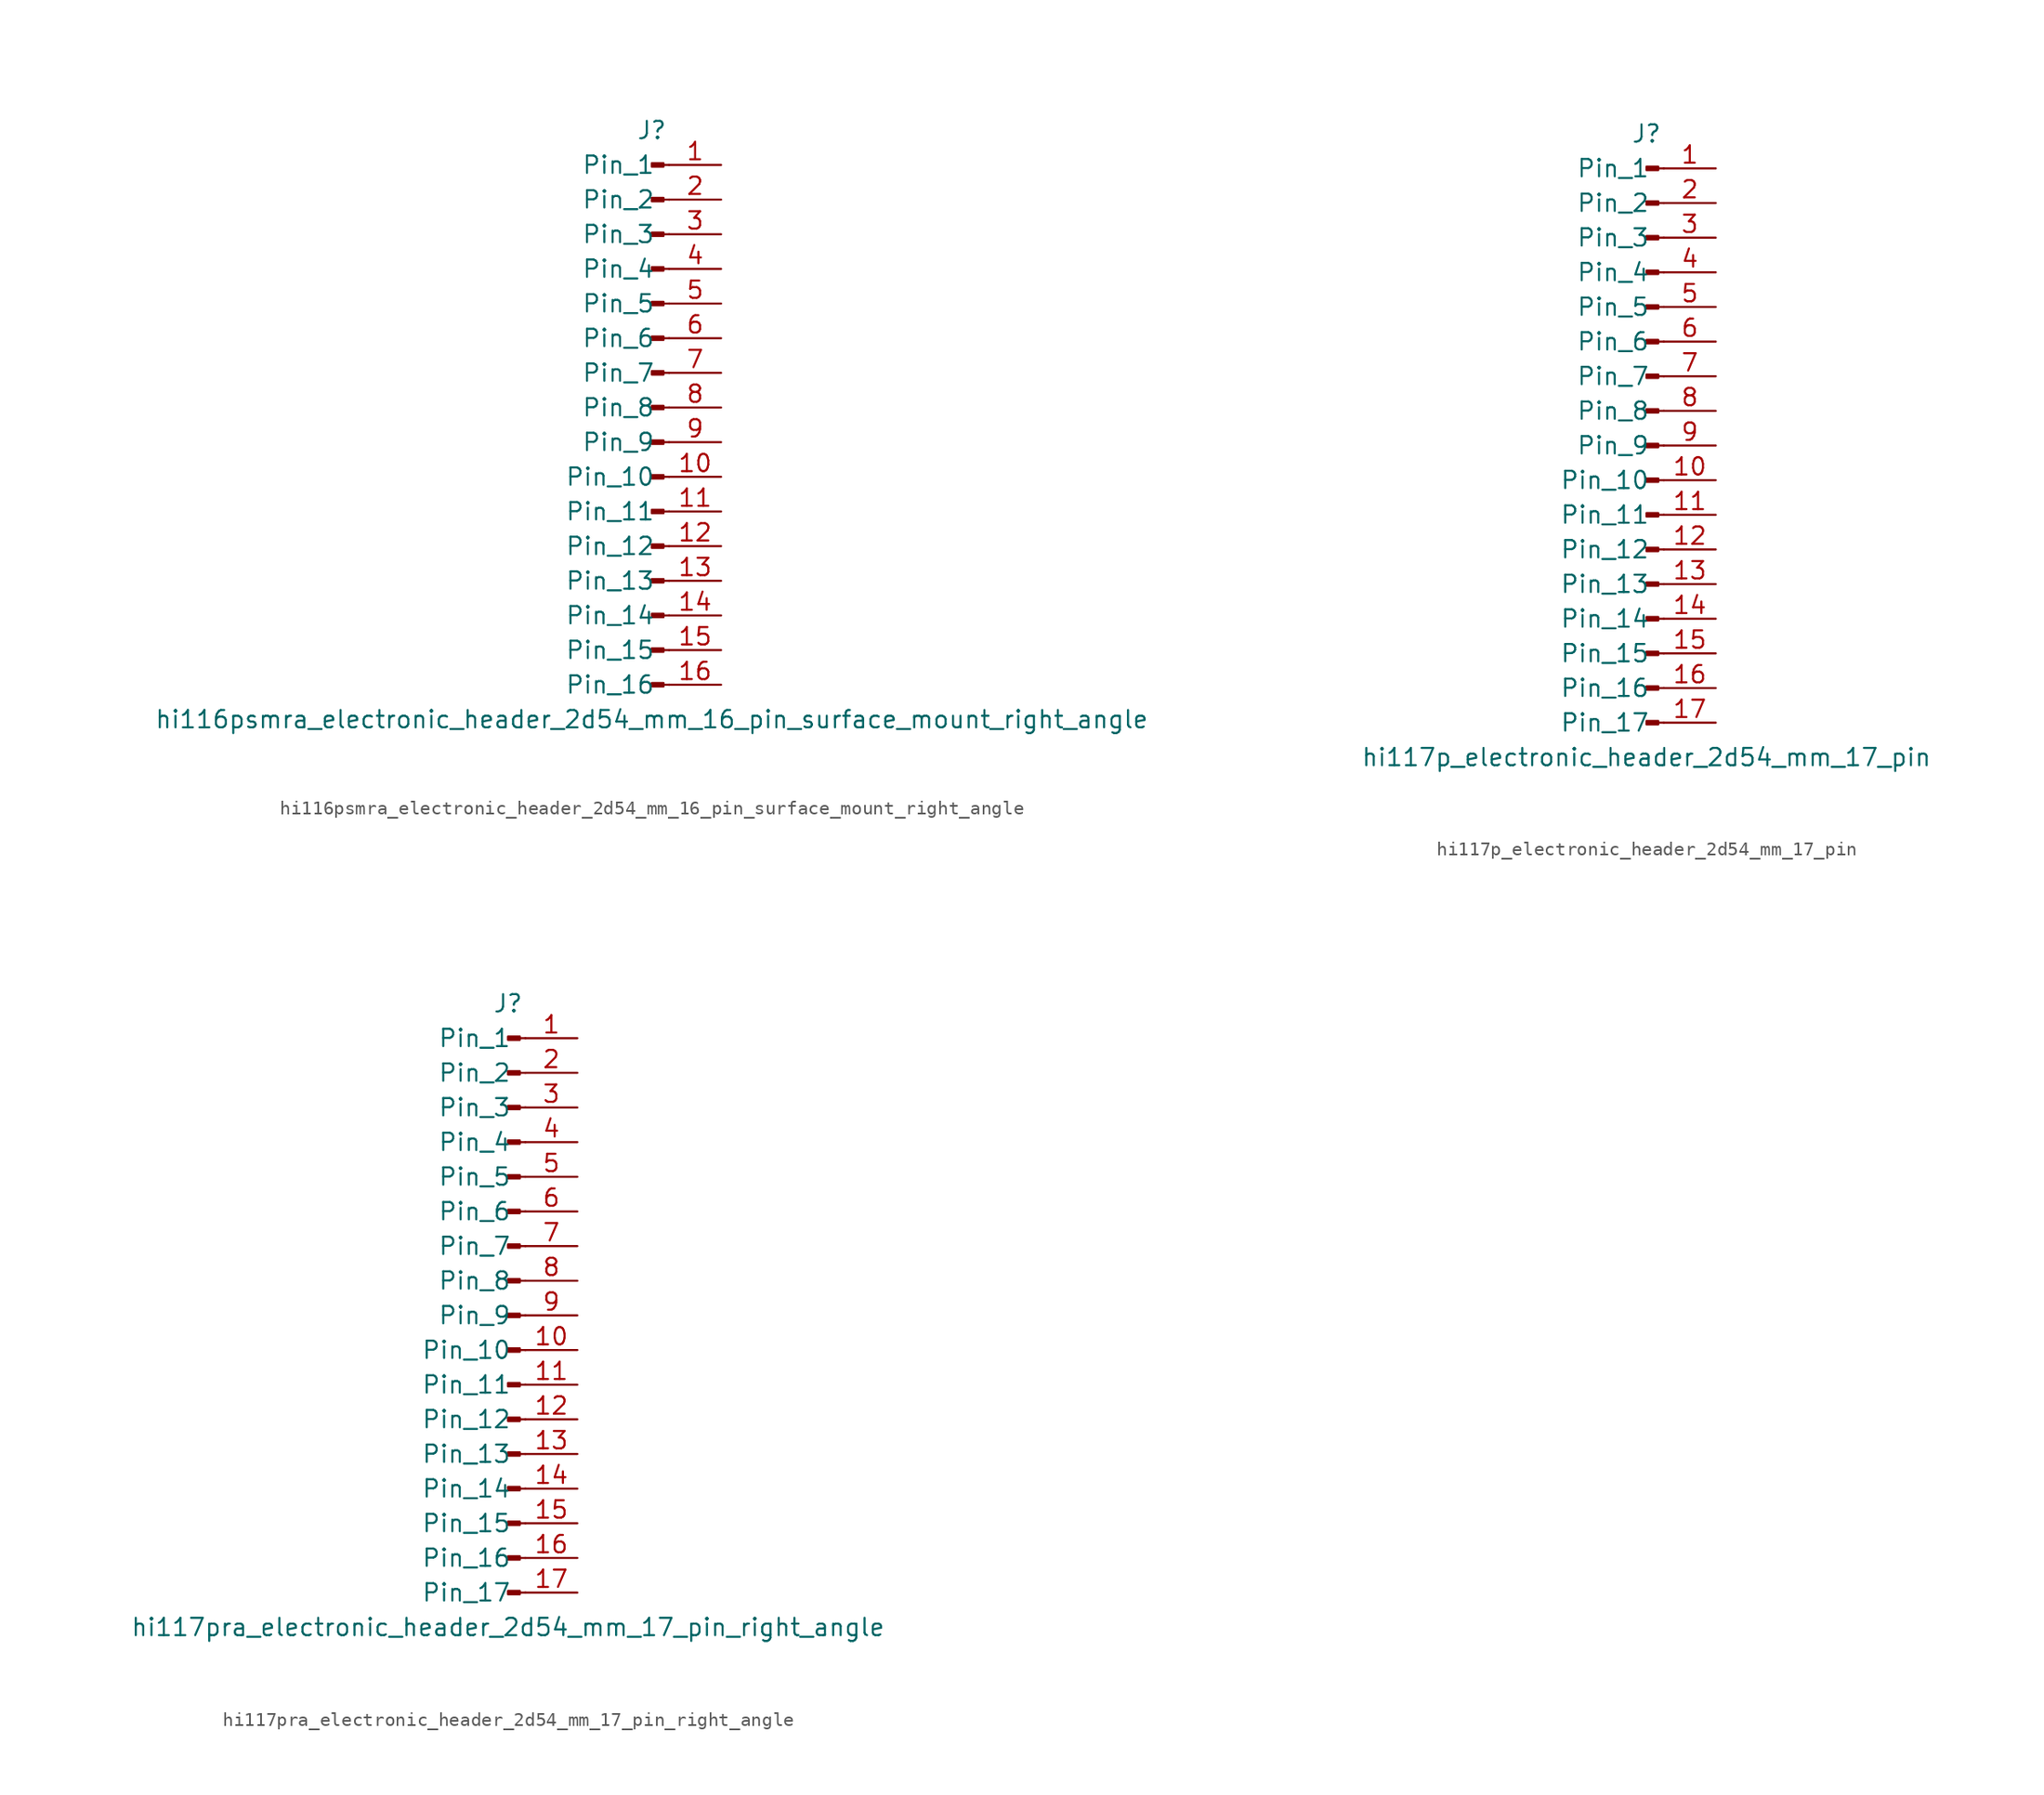
<source format=kicad_sym>
(kicad_symbol_lib
  (version 20220914)
  (generator kicad_symbol_editor)
  (symbol "hi116psmra_electronic_header_2d54_mm_16_pin_surface_mount_right_angle"
    (pin_names
      (offset 1.016))
    (property "Reference" "J"
      (at 0 20.32 0)
      (effects (font (size 1.27 1.27))))
    (property "Value" "hi116psmra_electronic_header_2d54_mm_16_pin_surface_mount_right_angle"
      (at 0 -22.86 0)
      (effects (font (size 1.27 1.27))))
    (property "ki_locked" ""
      (at 0 0 0)
      (effects (font (size 1.27 1.27))))
    (symbol "hi116psmra_electronic_header_2d54_mm_16_pin_surface_mount_right_angle_1_1"
      (polyline (pts (xy 1.27 -20.32) (xy 0.864 -20.32)) (stroke (width 0.152) (type default)) (fill (type none)))
      (polyline (pts (xy 1.27 -17.78) (xy 0.864 -17.78)) (stroke (width 0.152) (type default)) (fill (type none)))
      (polyline (pts (xy 1.27 -15.24) (xy 0.864 -15.24)) (stroke (width 0.152) (type default)) (fill (type none)))
      (polyline (pts (xy 1.27 -12.7) (xy 0.864 -12.7)) (stroke (width 0.152) (type default)) (fill (type none)))
      (polyline (pts (xy 1.27 -10.16) (xy 0.864 -10.16)) (stroke (width 0.152) (type default)) (fill (type none)))
      (polyline (pts (xy 1.27 -7.62) (xy 0.864 -7.62)) (stroke (width 0.152) (type default)) (fill (type none)))
      (polyline (pts (xy 1.27 -5.08) (xy 0.864 -5.08)) (stroke (width 0.152) (type default)) (fill (type none)))
      (polyline (pts (xy 1.27 -2.54) (xy 0.864 -2.54)) (stroke (width 0.152) (type default)) (fill (type none)))
      (polyline (pts (xy 1.27 0) (xy 0.864 0)) (stroke (width 0.152) (type default)) (fill (type none)))
      (polyline (pts (xy 1.27 2.54) (xy 0.864 2.54)) (stroke (width 0.152) (type default)) (fill (type none)))
      (polyline (pts (xy 1.27 5.08) (xy 0.864 5.08)) (stroke (width 0.152) (type default)) (fill (type none)))
      (polyline (pts (xy 1.27 7.62) (xy 0.864 7.62)) (stroke (width 0.152) (type default)) (fill (type none)))
      (polyline (pts (xy 1.27 10.16) (xy 0.864 10.16)) (stroke (width 0.152) (type default)) (fill (type none)))
      (polyline (pts (xy 1.27 12.7) (xy 0.864 12.7)) (stroke (width 0.152) (type default)) (fill (type none)))
      (polyline (pts (xy 1.27 15.24) (xy 0.864 15.24)) (stroke (width 0.152) (type default)) (fill (type none)))
      (polyline (pts (xy 1.27 17.78) (xy 0.864 17.78)) (stroke (width 0.152) (type default)) (fill (type none)))
      (rectangle (start 0.864 -20.193) (end 0 -20.447) (stroke (width 0.152) (type default)) (fill (type outline)))
      (rectangle (start 0.864 -17.653) (end 0 -17.907) (stroke (width 0.152) (type default)) (fill (type outline)))
      (rectangle (start 0.864 -15.113) (end 0 -15.367) (stroke (width 0.152) (type default)) (fill (type outline)))
      (rectangle (start 0.864 -12.573) (end 0 -12.827) (stroke (width 0.152) (type default)) (fill (type outline)))
      (rectangle (start 0.864 -10.033) (end 0 -10.287) (stroke (width 0.152) (type default)) (fill (type outline)))
      (rectangle (start 0.864 -7.493) (end 0 -7.747) (stroke (width 0.152) (type default)) (fill (type outline)))
      (rectangle (start 0.864 -4.953) (end 0 -5.207) (stroke (width 0.152) (type default)) (fill (type outline)))
      (rectangle (start 0.864 -2.413) (end 0 -2.667) (stroke (width 0.152) (type default)) (fill (type outline)))
      (rectangle (start 0.864 0.127) (end 0 -0.127) (stroke (width 0.152) (type default)) (fill (type outline)))
      (rectangle (start 0.864 2.667) (end 0 2.413) (stroke (width 0.152) (type default)) (fill (type outline)))
      (rectangle (start 0.864 5.207) (end 0 4.953) (stroke (width 0.152) (type default)) (fill (type outline)))
      (rectangle (start 0.864 7.747) (end 0 7.493) (stroke (width 0.152) (type default)) (fill (type outline)))
      (rectangle (start 0.864 10.287) (end 0 10.033) (stroke (width 0.152) (type default)) (fill (type outline)))
      (rectangle (start 0.864 12.827) (end 0 12.573) (stroke (width 0.152) (type default)) (fill (type outline)))
      (rectangle (start 0.864 15.367) (end 0 15.113) (stroke (width 0.152) (type default)) (fill (type outline)))
      (rectangle (start 0.864 17.907) (end 0 17.653) (stroke (width 0.152) (type default)) (fill (type outline)))
      (pin passive line (at 5.08 17.78 180) (length 3.81) (name "Pin_1" (effects (font (size 1.27 1.27)))) (number "1" (effects (font (size 1.27 1.27)))))
      (pin passive line (at 5.08 -5.08 180) (length 3.81) (name "Pin_10" (effects (font (size 1.27 1.27)))) (number "10" (effects (font (size 1.27 1.27)))))
      (pin passive line (at 5.08 -7.62 180) (length 3.81) (name "Pin_11" (effects (font (size 1.27 1.27)))) (number "11" (effects (font (size 1.27 1.27)))))
      (pin passive line (at 5.08 -10.16 180) (length 3.81) (name "Pin_12" (effects (font (size 1.27 1.27)))) (number "12" (effects (font (size 1.27 1.27)))))
      (pin passive line (at 5.08 -12.7 180) (length 3.81) (name "Pin_13" (effects (font (size 1.27 1.27)))) (number "13" (effects (font (size 1.27 1.27)))))
      (pin passive line (at 5.08 -15.24 180) (length 3.81) (name "Pin_14" (effects (font (size 1.27 1.27)))) (number "14" (effects (font (size 1.27 1.27)))))
      (pin passive line (at 5.08 -17.78 180) (length 3.81) (name "Pin_15" (effects (font (size 1.27 1.27)))) (number "15" (effects (font (size 1.27 1.27)))))
      (pin passive line (at 5.08 -20.32 180) (length 3.81) (name "Pin_16" (effects (font (size 1.27 1.27)))) (number "16" (effects (font (size 1.27 1.27)))))
      (pin passive line (at 5.08 15.24 180) (length 3.81) (name "Pin_2" (effects (font (size 1.27 1.27)))) (number "2" (effects (font (size 1.27 1.27)))))
      (pin passive line (at 5.08 12.7 180) (length 3.81) (name "Pin_3" (effects (font (size 1.27 1.27)))) (number "3" (effects (font (size 1.27 1.27)))))
      (pin passive line (at 5.08 10.16 180) (length 3.81) (name "Pin_4" (effects (font (size 1.27 1.27)))) (number "4" (effects (font (size 1.27 1.27)))))
      (pin passive line (at 5.08 7.62 180) (length 3.81) (name "Pin_5" (effects (font (size 1.27 1.27)))) (number "5" (effects (font (size 1.27 1.27)))))
      (pin passive line (at 5.08 5.08 180) (length 3.81) (name "Pin_6" (effects (font (size 1.27 1.27)))) (number "6" (effects (font (size 1.27 1.27)))))
      (pin passive line (at 5.08 2.54 180) (length 3.81) (name "Pin_7" (effects (font (size 1.27 1.27)))) (number "7" (effects (font (size 1.27 1.27)))))
      (pin passive line (at 5.08 0 180) (length 3.81) (name "Pin_8" (effects (font (size 1.27 1.27)))) (number "8" (effects (font (size 1.27 1.27)))))
      (pin passive line (at 5.08 -2.54 180) (length 3.81) (name "Pin_9" (effects (font (size 1.27 1.27)))) (number "9" (effects (font (size 1.27 1.27)))))))
  (symbol "hi117p_electronic_header_2d54_mm_17_pin"
    (pin_names
      (offset 1.016))
    (property "Reference" "J"
      (at 0 22.86 0)
      (effects (font (size 1.27 1.27))))
    (property "Value" "hi117p_electronic_header_2d54_mm_17_pin"
      (at 0 -22.86 0)
      (effects (font (size 1.27 1.27))))
    (property "ki_locked" ""
      (at 0 0 0)
      (effects (font (size 1.27 1.27))))
    (symbol "hi117p_electronic_header_2d54_mm_17_pin_1_1"
      (polyline (pts (xy 1.27 -20.32) (xy 0.864 -20.32)) (stroke (width 0.152) (type default)) (fill (type none)))
      (polyline (pts (xy 1.27 -17.78) (xy 0.864 -17.78)) (stroke (width 0.152) (type default)) (fill (type none)))
      (polyline (pts (xy 1.27 -15.24) (xy 0.864 -15.24)) (stroke (width 0.152) (type default)) (fill (type none)))
      (polyline (pts (xy 1.27 -12.7) (xy 0.864 -12.7)) (stroke (width 0.152) (type default)) (fill (type none)))
      (polyline (pts (xy 1.27 -10.16) (xy 0.864 -10.16)) (stroke (width 0.152) (type default)) (fill (type none)))
      (polyline (pts (xy 1.27 -7.62) (xy 0.864 -7.62)) (stroke (width 0.152) (type default)) (fill (type none)))
      (polyline (pts (xy 1.27 -5.08) (xy 0.864 -5.08)) (stroke (width 0.152) (type default)) (fill (type none)))
      (polyline (pts (xy 1.27 -2.54) (xy 0.864 -2.54)) (stroke (width 0.152) (type default)) (fill (type none)))
      (polyline (pts (xy 1.27 0) (xy 0.864 0)) (stroke (width 0.152) (type default)) (fill (type none)))
      (polyline (pts (xy 1.27 2.54) (xy 0.864 2.54)) (stroke (width 0.152) (type default)) (fill (type none)))
      (polyline (pts (xy 1.27 5.08) (xy 0.864 5.08)) (stroke (width 0.152) (type default)) (fill (type none)))
      (polyline (pts (xy 1.27 7.62) (xy 0.864 7.62)) (stroke (width 0.152) (type default)) (fill (type none)))
      (polyline (pts (xy 1.27 10.16) (xy 0.864 10.16)) (stroke (width 0.152) (type default)) (fill (type none)))
      (polyline (pts (xy 1.27 12.7) (xy 0.864 12.7)) (stroke (width 0.152) (type default)) (fill (type none)))
      (polyline (pts (xy 1.27 15.24) (xy 0.864 15.24)) (stroke (width 0.152) (type default)) (fill (type none)))
      (polyline (pts (xy 1.27 17.78) (xy 0.864 17.78)) (stroke (width 0.152) (type default)) (fill (type none)))
      (polyline (pts (xy 1.27 20.32) (xy 0.864 20.32)) (stroke (width 0.152) (type default)) (fill (type none)))
      (rectangle (start 0.864 -20.193) (end 0 -20.447) (stroke (width 0.152) (type default)) (fill (type outline)))
      (rectangle (start 0.864 -17.653) (end 0 -17.907) (stroke (width 0.152) (type default)) (fill (type outline)))
      (rectangle (start 0.864 -15.113) (end 0 -15.367) (stroke (width 0.152) (type default)) (fill (type outline)))
      (rectangle (start 0.864 -12.573) (end 0 -12.827) (stroke (width 0.152) (type default)) (fill (type outline)))
      (rectangle (start 0.864 -10.033) (end 0 -10.287) (stroke (width 0.152) (type default)) (fill (type outline)))
      (rectangle (start 0.864 -7.493) (end 0 -7.747) (stroke (width 0.152) (type default)) (fill (type outline)))
      (rectangle (start 0.864 -4.953) (end 0 -5.207) (stroke (width 0.152) (type default)) (fill (type outline)))
      (rectangle (start 0.864 -2.413) (end 0 -2.667) (stroke (width 0.152) (type default)) (fill (type outline)))
      (rectangle (start 0.864 0.127) (end 0 -0.127) (stroke (width 0.152) (type default)) (fill (type outline)))
      (rectangle (start 0.864 2.667) (end 0 2.413) (stroke (width 0.152) (type default)) (fill (type outline)))
      (rectangle (start 0.864 5.207) (end 0 4.953) (stroke (width 0.152) (type default)) (fill (type outline)))
      (rectangle (start 0.864 7.747) (end 0 7.493) (stroke (width 0.152) (type default)) (fill (type outline)))
      (rectangle (start 0.864 10.287) (end 0 10.033) (stroke (width 0.152) (type default)) (fill (type outline)))
      (rectangle (start 0.864 12.827) (end 0 12.573) (stroke (width 0.152) (type default)) (fill (type outline)))
      (rectangle (start 0.864 15.367) (end 0 15.113) (stroke (width 0.152) (type default)) (fill (type outline)))
      (rectangle (start 0.864 17.907) (end 0 17.653) (stroke (width 0.152) (type default)) (fill (type outline)))
      (rectangle (start 0.864 20.447) (end 0 20.193) (stroke (width 0.152) (type default)) (fill (type outline)))
      (pin passive line (at 5.08 20.32 180) (length 3.81) (name "Pin_1" (effects (font (size 1.27 1.27)))) (number "1" (effects (font (size 1.27 1.27)))))
      (pin passive line (at 5.08 -2.54 180) (length 3.81) (name "Pin_10" (effects (font (size 1.27 1.27)))) (number "10" (effects (font (size 1.27 1.27)))))
      (pin passive line (at 5.08 -5.08 180) (length 3.81) (name "Pin_11" (effects (font (size 1.27 1.27)))) (number "11" (effects (font (size 1.27 1.27)))))
      (pin passive line (at 5.08 -7.62 180) (length 3.81) (name "Pin_12" (effects (font (size 1.27 1.27)))) (number "12" (effects (font (size 1.27 1.27)))))
      (pin passive line (at 5.08 -10.16 180) (length 3.81) (name "Pin_13" (effects (font (size 1.27 1.27)))) (number "13" (effects (font (size 1.27 1.27)))))
      (pin passive line (at 5.08 -12.7 180) (length 3.81) (name "Pin_14" (effects (font (size 1.27 1.27)))) (number "14" (effects (font (size 1.27 1.27)))))
      (pin passive line (at 5.08 -15.24 180) (length 3.81) (name "Pin_15" (effects (font (size 1.27 1.27)))) (number "15" (effects (font (size 1.27 1.27)))))
      (pin passive line (at 5.08 -17.78 180) (length 3.81) (name "Pin_16" (effects (font (size 1.27 1.27)))) (number "16" (effects (font (size 1.27 1.27)))))
      (pin passive line (at 5.08 -20.32 180) (length 3.81) (name "Pin_17" (effects (font (size 1.27 1.27)))) (number "17" (effects (font (size 1.27 1.27)))))
      (pin passive line (at 5.08 17.78 180) (length 3.81) (name "Pin_2" (effects (font (size 1.27 1.27)))) (number "2" (effects (font (size 1.27 1.27)))))
      (pin passive line (at 5.08 15.24 180) (length 3.81) (name "Pin_3" (effects (font (size 1.27 1.27)))) (number "3" (effects (font (size 1.27 1.27)))))
      (pin passive line (at 5.08 12.7 180) (length 3.81) (name "Pin_4" (effects (font (size 1.27 1.27)))) (number "4" (effects (font (size 1.27 1.27)))))
      (pin passive line (at 5.08 10.16 180) (length 3.81) (name "Pin_5" (effects (font (size 1.27 1.27)))) (number "5" (effects (font (size 1.27 1.27)))))
      (pin passive line (at 5.08 7.62 180) (length 3.81) (name "Pin_6" (effects (font (size 1.27 1.27)))) (number "6" (effects (font (size 1.27 1.27)))))
      (pin passive line (at 5.08 5.08 180) (length 3.81) (name "Pin_7" (effects (font (size 1.27 1.27)))) (number "7" (effects (font (size 1.27 1.27)))))
      (pin passive line (at 5.08 2.54 180) (length 3.81) (name "Pin_8" (effects (font (size 1.27 1.27)))) (number "8" (effects (font (size 1.27 1.27)))))
      (pin passive line (at 5.08 0 180) (length 3.81) (name "Pin_9" (effects (font (size 1.27 1.27)))) (number "9" (effects (font (size 1.27 1.27)))))))
  (symbol "hi117pra_electronic_header_2d54_mm_17_pin_right_angle"
    (pin_names
      (offset 1.016))
    (property "Reference" "J"
      (at 0 22.86 0)
      (effects (font (size 1.27 1.27))))
    (property "Value" "hi117pra_electronic_header_2d54_mm_17_pin_right_angle"
      (at 0 -22.86 0)
      (effects (font (size 1.27 1.27))))
    (property "ki_locked" ""
      (at 0 0 0)
      (effects (font (size 1.27 1.27))))
    (symbol "hi117pra_electronic_header_2d54_mm_17_pin_right_angle_1_1"
      (polyline (pts (xy 1.27 -20.32) (xy 0.864 -20.32)) (stroke (width 0.152) (type default)) (fill (type none)))
      (polyline (pts (xy 1.27 -17.78) (xy 0.864 -17.78)) (stroke (width 0.152) (type default)) (fill (type none)))
      (polyline (pts (xy 1.27 -15.24) (xy 0.864 -15.24)) (stroke (width 0.152) (type default)) (fill (type none)))
      (polyline (pts (xy 1.27 -12.7) (xy 0.864 -12.7)) (stroke (width 0.152) (type default)) (fill (type none)))
      (polyline (pts (xy 1.27 -10.16) (xy 0.864 -10.16)) (stroke (width 0.152) (type default)) (fill (type none)))
      (polyline (pts (xy 1.27 -7.62) (xy 0.864 -7.62)) (stroke (width 0.152) (type default)) (fill (type none)))
      (polyline (pts (xy 1.27 -5.08) (xy 0.864 -5.08)) (stroke (width 0.152) (type default)) (fill (type none)))
      (polyline (pts (xy 1.27 -2.54) (xy 0.864 -2.54)) (stroke (width 0.152) (type default)) (fill (type none)))
      (polyline (pts (xy 1.27 0) (xy 0.864 0)) (stroke (width 0.152) (type default)) (fill (type none)))
      (polyline (pts (xy 1.27 2.54) (xy 0.864 2.54)) (stroke (width 0.152) (type default)) (fill (type none)))
      (polyline (pts (xy 1.27 5.08) (xy 0.864 5.08)) (stroke (width 0.152) (type default)) (fill (type none)))
      (polyline (pts (xy 1.27 7.62) (xy 0.864 7.62)) (stroke (width 0.152) (type default)) (fill (type none)))
      (polyline (pts (xy 1.27 10.16) (xy 0.864 10.16)) (stroke (width 0.152) (type default)) (fill (type none)))
      (polyline (pts (xy 1.27 12.7) (xy 0.864 12.7)) (stroke (width 0.152) (type default)) (fill (type none)))
      (polyline (pts (xy 1.27 15.24) (xy 0.864 15.24)) (stroke (width 0.152) (type default)) (fill (type none)))
      (polyline (pts (xy 1.27 17.78) (xy 0.864 17.78)) (stroke (width 0.152) (type default)) (fill (type none)))
      (polyline (pts (xy 1.27 20.32) (xy 0.864 20.32)) (stroke (width 0.152) (type default)) (fill (type none)))
      (rectangle (start 0.864 -20.193) (end 0 -20.447) (stroke (width 0.152) (type default)) (fill (type outline)))
      (rectangle (start 0.864 -17.653) (end 0 -17.907) (stroke (width 0.152) (type default)) (fill (type outline)))
      (rectangle (start 0.864 -15.113) (end 0 -15.367) (stroke (width 0.152) (type default)) (fill (type outline)))
      (rectangle (start 0.864 -12.573) (end 0 -12.827) (stroke (width 0.152) (type default)) (fill (type outline)))
      (rectangle (start 0.864 -10.033) (end 0 -10.287) (stroke (width 0.152) (type default)) (fill (type outline)))
      (rectangle (start 0.864 -7.493) (end 0 -7.747) (stroke (width 0.152) (type default)) (fill (type outline)))
      (rectangle (start 0.864 -4.953) (end 0 -5.207) (stroke (width 0.152) (type default)) (fill (type outline)))
      (rectangle (start 0.864 -2.413) (end 0 -2.667) (stroke (width 0.152) (type default)) (fill (type outline)))
      (rectangle (start 0.864 0.127) (end 0 -0.127) (stroke (width 0.152) (type default)) (fill (type outline)))
      (rectangle (start 0.864 2.667) (end 0 2.413) (stroke (width 0.152) (type default)) (fill (type outline)))
      (rectangle (start 0.864 5.207) (end 0 4.953) (stroke (width 0.152) (type default)) (fill (type outline)))
      (rectangle (start 0.864 7.747) (end 0 7.493) (stroke (width 0.152) (type default)) (fill (type outline)))
      (rectangle (start 0.864 10.287) (end 0 10.033) (stroke (width 0.152) (type default)) (fill (type outline)))
      (rectangle (start 0.864 12.827) (end 0 12.573) (stroke (width 0.152) (type default)) (fill (type outline)))
      (rectangle (start 0.864 15.367) (end 0 15.113) (stroke (width 0.152) (type default)) (fill (type outline)))
      (rectangle (start 0.864 17.907) (end 0 17.653) (stroke (width 0.152) (type default)) (fill (type outline)))
      (rectangle (start 0.864 20.447) (end 0 20.193) (stroke (width 0.152) (type default)) (fill (type outline)))
      (pin passive line (at 5.08 20.32 180) (length 3.81) (name "Pin_1" (effects (font (size 1.27 1.27)))) (number "1" (effects (font (size 1.27 1.27)))))
      (pin passive line (at 5.08 -2.54 180) (length 3.81) (name "Pin_10" (effects (font (size 1.27 1.27)))) (number "10" (effects (font (size 1.27 1.27)))))
      (pin passive line (at 5.08 -5.08 180) (length 3.81) (name "Pin_11" (effects (font (size 1.27 1.27)))) (number "11" (effects (font (size 1.27 1.27)))))
      (pin passive line (at 5.08 -7.62 180) (length 3.81) (name "Pin_12" (effects (font (size 1.27 1.27)))) (number "12" (effects (font (size 1.27 1.27)))))
      (pin passive line (at 5.08 -10.16 180) (length 3.81) (name "Pin_13" (effects (font (size 1.27 1.27)))) (number "13" (effects (font (size 1.27 1.27)))))
      (pin passive line (at 5.08 -12.7 180) (length 3.81) (name "Pin_14" (effects (font (size 1.27 1.27)))) (number "14" (effects (font (size 1.27 1.27)))))
      (pin passive line (at 5.08 -15.24 180) (length 3.81) (name "Pin_15" (effects (font (size 1.27 1.27)))) (number "15" (effects (font (size 1.27 1.27)))))
      (pin passive line (at 5.08 -17.78 180) (length 3.81) (name "Pin_16" (effects (font (size 1.27 1.27)))) (number "16" (effects (font (size 1.27 1.27)))))
      (pin passive line (at 5.08 -20.32 180) (length 3.81) (name "Pin_17" (effects (font (size 1.27 1.27)))) (number "17" (effects (font (size 1.27 1.27)))))
      (pin passive line (at 5.08 17.78 180) (length 3.81) (name "Pin_2" (effects (font (size 1.27 1.27)))) (number "2" (effects (font (size 1.27 1.27)))))
      (pin passive line (at 5.08 15.24 180) (length 3.81) (name "Pin_3" (effects (font (size 1.27 1.27)))) (number "3" (effects (font (size 1.27 1.27)))))
      (pin passive line (at 5.08 12.7 180) (length 3.81) (name "Pin_4" (effects (font (size 1.27 1.27)))) (number "4" (effects (font (size 1.27 1.27)))))
      (pin passive line (at 5.08 10.16 180) (length 3.81) (name "Pin_5" (effects (font (size 1.27 1.27)))) (number "5" (effects (font (size 1.27 1.27)))))
      (pin passive line (at 5.08 7.62 180) (length 3.81) (name "Pin_6" (effects (font (size 1.27 1.27)))) (number "6" (effects (font (size 1.27 1.27)))))
      (pin passive line (at 5.08 5.08 180) (length 3.81) (name "Pin_7" (effects (font (size 1.27 1.27)))) (number "7" (effects (font (size 1.27 1.27)))))
      (pin passive line (at 5.08 2.54 180) (length 3.81) (name "Pin_8" (effects (font (size 1.27 1.27)))) (number "8" (effects (font (size 1.27 1.27)))))
      (pin passive line (at 5.08 0 180) (length 3.81) (name "Pin_9" (effects (font (size 1.27 1.27)))) (number "9" (effects (font (size 1.27 1.27))))))))
</source>
